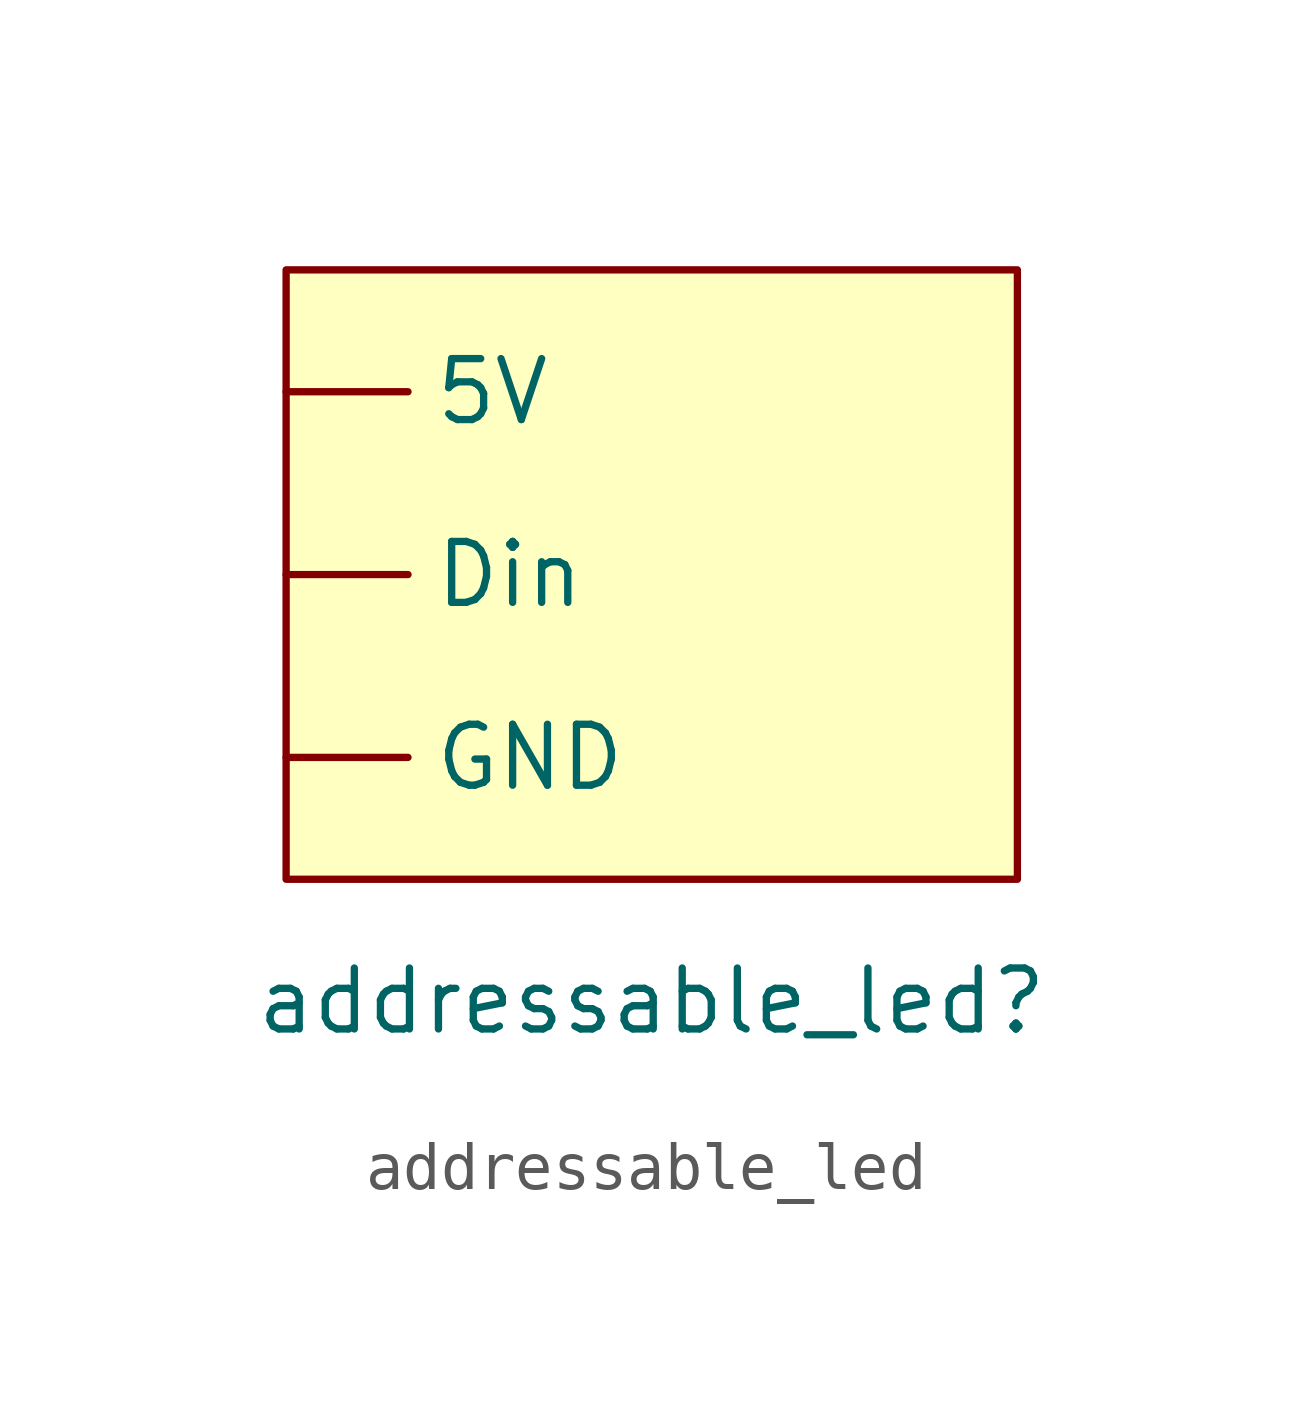
<source format=kicad_sym>
(kicad_symbol_lib
  (version 20241209)
  (generator "kicad_symbol_editor")
  (generator_version "9.0")
  (symbol "addressable_led"
    (property "Reference" "addressable_led"
      (at 0 0 0)
      (effects (font (size 1.27 1.27))))
    (property "Value" ""
      (at 0 0 0)
      (effects (font (size 1.27 1.27))))
    (symbol "addressable_led_0_1"
      (rectangle (start -7.62 15.24) (end 7.62 2.54) (stroke (width 0) (type default)) (fill (type background))))
    (symbol "addressable_led_1_1"
      (pin power_in line (at -7.62 12.7 0) (length 2.54) (name "5V" (effects (font (size 1.27 1.27)))) (number "" (effects (font (size 1.27 1.27)))))
      (pin input line (at -7.62 8.89 0) (length 2.54) (name "Din" (effects (font (size 1.27 1.27)))) (number "" (effects (font (size 1.27 1.27)))))
      (pin power_out line (at -7.62 5.08 0) (length 2.54) (name "GND" (effects (font (size 1.27 1.27)))) (number "" (effects (font (size 1.27 1.27))))))))
</source>
